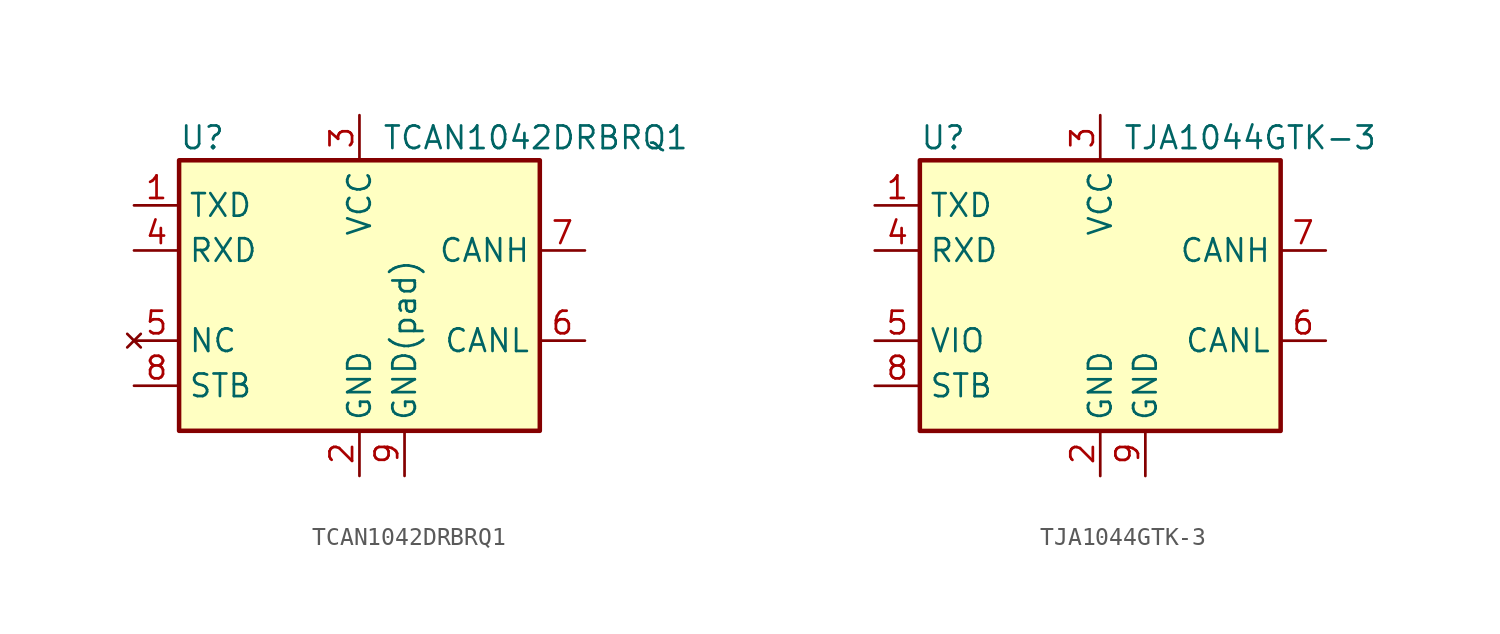
<source format=kicad_sym>
(kicad_symbol_lib
  (version 20231120)
  (generator "kicad_symbol_editor")
  (generator_version "7.99")
  (symbol "TCAN1042DRBRQ1"
    (property "Reference" "U"
      (at -10.16 8.89 0)
      (effects (font (size 1.27 1.27)) (justify left)))
    (property "Value" "TCAN1042DRBRQ1"
      (at 1.27 8.89 0)
      (effects (font (size 1.27 1.27)) (justify left)))
    (symbol "TCAN1042DRBRQ1_0_1"
      (rectangle (start -10.16 7.62) (end 10.16 -7.62) (stroke (width 0.254) (type default)) (fill (type background))))
    (symbol "TCAN1042DRBRQ1_1_1"
      (pin input line (at -12.7 5.08 0) (length 2.54) (name "TXD" (effects (font (size 1.27 1.27)))) (number "1" (effects (font (size 1.27 1.27)))))
      (pin power_in line (at 0 -10.16 90) (length 2.54) (name "GND" (effects (font (size 1.27 1.27)))) (number "2" (effects (font (size 1.27 1.27)))))
      (pin power_in line (at 0 10.16 270) (length 2.54) (name "VCC" (effects (font (size 1.27 1.27)))) (number "3" (effects (font (size 1.27 1.27)))))
      (pin output line (at -12.7 2.54 0) (length 2.54) (name "RXD" (effects (font (size 1.27 1.27)))) (number "4" (effects (font (size 1.27 1.27)))))
      (pin no_connect line (at -12.7 -2.54 0) (length 2.54) (name "NC" (effects (font (size 1.27 1.27)))) (number "5" (effects (font (size 1.27 1.27)))))
      (pin bidirectional line (at 12.7 -2.54 180) (length 2.54) (name "CANL" (effects (font (size 1.27 1.27)))) (number "6" (effects (font (size 1.27 1.27)))))
      (pin bidirectional line (at 12.7 2.54 180) (length 2.54) (name "CANH" (effects (font (size 1.27 1.27)))) (number "7" (effects (font (size 1.27 1.27)))))
      (pin input line (at -12.7 -5.08 0) (length 2.54) (name "STB" (effects (font (size 1.27 1.27)))) (number "8" (effects (font (size 1.27 1.27)))))
      (pin power_in line (at 2.54 -10.16 90) (length 2.54) (name "GND(pad)" (effects (font (size 1.27 1.27)))) (number "9" (effects (font (size 1.27 1.27)))))))
  (symbol "TJA1044GTK-3"
    (property "Reference" "U"
      (at -10.16 8.89 0)
      (effects (font (size 1.27 1.27)) (justify left)))
    (property "Value" "TJA1044GTK-3"
      (at 1.27 8.89 0)
      (effects (font (size 1.27 1.27)) (justify left)))
    (symbol "TJA1044GTK-3_0_1"
      (rectangle (start -10.16 7.62) (end 10.16 -7.62) (stroke (width 0.254) (type default)) (fill (type background))))
    (symbol "TJA1044GTK-3_1_1"
      (pin input line (at -12.7 5.08 0) (length 2.54) (name "TXD" (effects (font (size 1.27 1.27)))) (number "1" (effects (font (size 1.27 1.27)))))
      (pin power_in line (at 0 -10.16 90) (length 2.54) (name "GND" (effects (font (size 1.27 1.27)))) (number "2" (effects (font (size 1.27 1.27)))))
      (pin power_in line (at 0 10.16 270) (length 2.54) (name "VCC" (effects (font (size 1.27 1.27)))) (number "3" (effects (font (size 1.27 1.27)))))
      (pin output line (at -12.7 2.54 0) (length 2.54) (name "RXD" (effects (font (size 1.27 1.27)))) (number "4" (effects (font (size 1.27 1.27)))))
      (pin power_in line (at -12.7 -2.54 0) (length 2.54) (name "VIO" (effects (font (size 1.27 1.27)))) (number "5" (effects (font (size 1.27 1.27)))))
      (pin bidirectional line (at 12.7 -2.54 180) (length 2.54) (name "CANL" (effects (font (size 1.27 1.27)))) (number "6" (effects (font (size 1.27 1.27)))))
      (pin bidirectional line (at 12.7 2.54 180) (length 2.54) (name "CANH" (effects (font (size 1.27 1.27)))) (number "7" (effects (font (size 1.27 1.27)))))
      (pin input line (at -12.7 -5.08 0) (length 2.54) (name "STB" (effects (font (size 1.27 1.27)))) (number "8" (effects (font (size 1.27 1.27)))))
      (pin power_in line (at 2.54 -10.16 90) (length 2.54) (name "GND" (effects (font (size 1.27 1.27)))) (number "9" (effects (font (size 1.27 1.27))))))))
</source>
